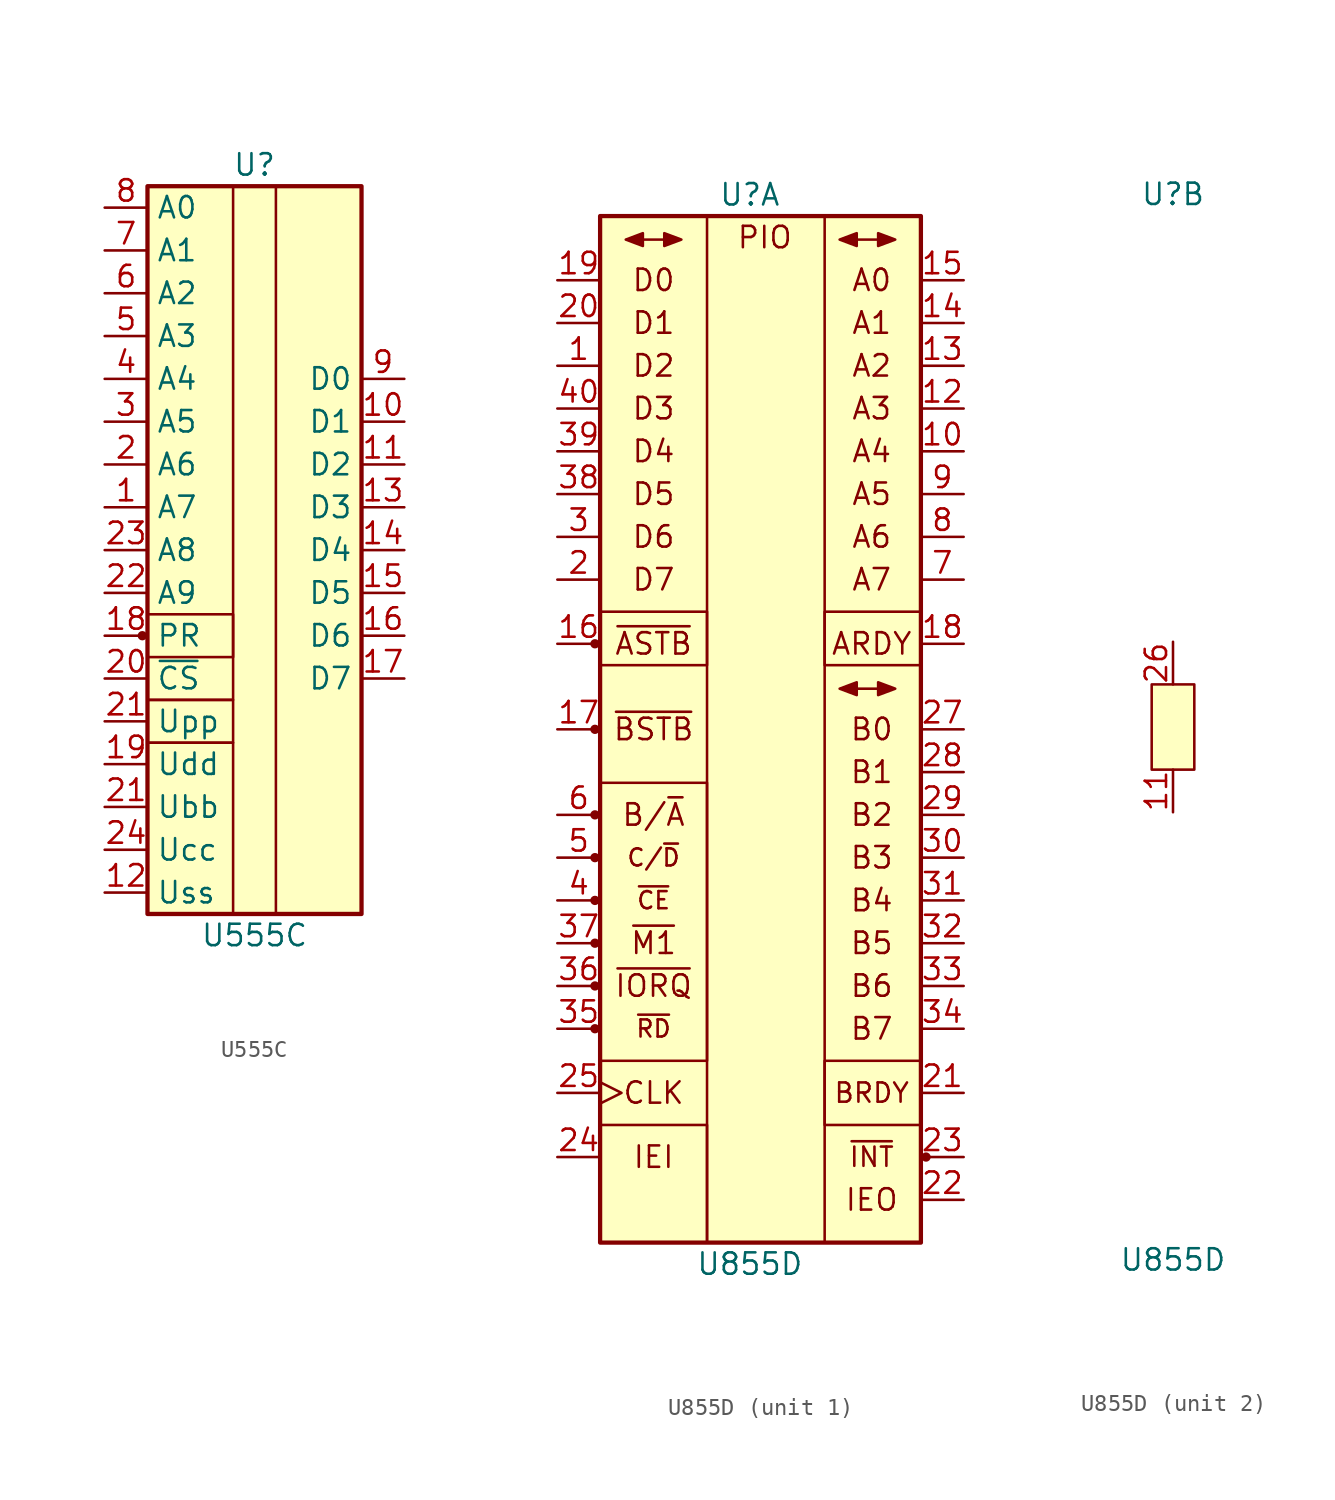
<source format=kicad_sym>
(kicad_symbol_lib
  (version 20211014)
  (generator kicad_symbol_editor)
  (symbol "U555C"
    (property "Reference" "U"
      (at 0 21.59 0)
      (effects (font (size 1.27 1.27))))
    (property "Value" "U555C"
      (at 0 -24.13 0)
      (effects (font (size 1.27 1.27))))
    (symbol "U555C_0_1"
      (rectangle (start -6.35 -10.16) (end -1.27 -12.7) (stroke (width 0) (type default) (color 0 0 0 0)) (fill (type none)))
      (rectangle (start -1.27 -5.08) (end -6.35 -10.16) (stroke (width 0) (type default) (color 0 0 0 0)) (fill (type none))))
    (symbol "U555C_1_1"
      (circle (center -6.655 -6.35) (radius 0.203) (stroke (width 0) (type default) (color 0 0 0 0)) (fill (type outline)))
      (rectangle (start -6.35 -12.7) (end -1.27 -22.86) (stroke (width 0) (type default) (color 0 0 0 0)) (fill (type none)))
      (rectangle (start -6.35 20.32) (end -1.27 -7.62) (stroke (width 0) (type default) (color 0 0 0 0)) (fill (type none)))
      (rectangle (start -6.35 20.32) (end 6.35 -22.86) (stroke (width 0.254) (type default) (color 0 0 0 0)) (fill (type background)))
      (rectangle (start 1.27 20.32) (end 6.35 -22.86) (stroke (width 0) (type default) (color 0 0 0 0)) (fill (type none)))
      (pin input line (at -8.89 1.27 0) (length 2.54) (name "A7" (effects (font (size 1.27 1.27)))) (number "1" (effects (font (size 1.27 1.27)))))
      (pin tri_state line (at 8.89 6.35 180) (length 2.54) (name "D1" (effects (font (size 1.27 1.27)))) (number "10" (effects (font (size 1.27 1.27)))))
      (pin tri_state line (at 8.89 3.81 180) (length 2.54) (name "D2" (effects (font (size 1.27 1.27)))) (number "11" (effects (font (size 1.27 1.27)))))
      (pin power_in line (at -8.89 -21.59 0) (length 2.54) (name "Uss" (effects (font (size 1.27 1.27)))) (number "12" (effects (font (size 1.27 1.27)))))
      (pin tri_state line (at 8.89 1.27 180) (length 2.54) (name "D3" (effects (font (size 1.27 1.27)))) (number "13" (effects (font (size 1.27 1.27)))))
      (pin tri_state line (at 8.89 -1.27 180) (length 2.54) (name "D4" (effects (font (size 1.27 1.27)))) (number "14" (effects (font (size 1.27 1.27)))))
      (pin tri_state line (at 8.89 -3.81 180) (length 2.54) (name "D5" (effects (font (size 1.27 1.27)))) (number "15" (effects (font (size 1.27 1.27)))))
      (pin tri_state line (at 8.89 -6.35 180) (length 2.54) (name "D6" (effects (font (size 1.27 1.27)))) (number "16" (effects (font (size 1.27 1.27)))))
      (pin tri_state line (at 8.89 -8.89 180) (length 2.54) (name "D7" (effects (font (size 1.27 1.27)))) (number "17" (effects (font (size 1.27 1.27)))))
      (pin input line (at -8.89 -6.35 0) (length 2.54) (name "PR" (effects (font (size 1.27 1.27)))) (number "18" (effects (font (size 1.27 1.27)))))
      (pin power_in line (at -8.89 -13.97 0) (length 2.54) (name "Udd" (effects (font (size 1.27 1.27)))) (number "19" (effects (font (size 1.27 1.27)))))
      (pin input line (at -8.89 3.81 0) (length 2.54) (name "A6" (effects (font (size 1.27 1.27)))) (number "2" (effects (font (size 1.27 1.27)))))
      (pin input line (at -8.89 -8.89 0) (length 2.54) (name "~{CS}" (effects (font (size 1.27 1.27)))) (number "20" (effects (font (size 1.27 1.27)))))
      (pin power_in line (at -8.89 -16.51 0) (length 2.54) (name "Ubb" (effects (font (size 1.27 1.27)))) (number "21" (effects (font (size 1.27 1.27)))))
      (pin power_in line (at -8.89 -11.43 0) (length 2.54) (name "Upp" (effects (font (size 1.27 1.27)))) (number "21" (effects (font (size 1.27 1.27)))))
      (pin input line (at -8.89 -3.81 0) (length 2.54) (name "A9" (effects (font (size 1.27 1.27)))) (number "22" (effects (font (size 1.27 1.27)))))
      (pin input line (at -8.89 -1.27 0) (length 2.54) (name "A8" (effects (font (size 1.27 1.27)))) (number "23" (effects (font (size 1.27 1.27)))))
      (pin power_in line (at -8.89 -19.05 0) (length 2.54) (name "Ucc" (effects (font (size 1.27 1.27)))) (number "24" (effects (font (size 1.27 1.27)))))
      (pin input line (at -8.89 6.35 0) (length 2.54) (name "A5" (effects (font (size 1.27 1.27)))) (number "3" (effects (font (size 1.27 1.27)))))
      (pin input line (at -8.89 8.89 0) (length 2.54) (name "A4" (effects (font (size 1.27 1.27)))) (number "4" (effects (font (size 1.27 1.27)))))
      (pin input line (at -8.89 11.43 0) (length 2.54) (name "A3" (effects (font (size 1.27 1.27)))) (number "5" (effects (font (size 1.27 1.27)))))
      (pin input line (at -8.89 13.97 0) (length 2.54) (name "A2" (effects (font (size 1.27 1.27)))) (number "6" (effects (font (size 1.27 1.27)))))
      (pin input line (at -8.89 16.51 0) (length 2.54) (name "A1" (effects (font (size 1.27 1.27)))) (number "7" (effects (font (size 1.27 1.27)))))
      (pin input line (at -8.89 19.05 0) (length 2.54) (name "A0" (effects (font (size 1.27 1.27)))) (number "8" (effects (font (size 1.27 1.27)))))
      (pin tri_state line (at 8.89 8.89 180) (length 2.54) (name "D0" (effects (font (size 1.27 1.27)))) (number "9" (effects (font (size 1.27 1.27)))))))
  (symbol "U855D"
    (pin_names
      (offset 1.016) hide)
    (property "Reference" "U"
      (at 0 31.75 0)
      (effects (font (size 1.27 1.27))))
    (property "Value" "U855D"
      (at 0 -31.75 0)
      (effects (font (size 1.27 1.27))))
    (property "ki_locked" ""
      (at 0 0 0)
      (effects (font (size 1.27 1.27))))
    (symbol "U855D_1_1"
      (circle (center -9.195 -17.78) (radius 0.203) (stroke (width 0) (type default) (color 0 0 0 0)) (fill (type outline)))
      (circle (center -9.195 -15.24) (radius 0.203) (stroke (width 0) (type default) (color 0 0 0 0)) (fill (type outline)))
      (circle (center -9.195 -12.7) (radius 0.203) (stroke (width 0) (type default) (color 0 0 0 0)) (fill (type outline)))
      (circle (center -9.195 -10.16) (radius 0.203) (stroke (width 0) (type default) (color 0 0 0 0)) (fill (type outline)))
      (circle (center -9.195 -7.62) (radius 0.203) (stroke (width 0) (type default) (color 0 0 0 0)) (fill (type outline)))
      (circle (center -9.195 -5.08) (radius 0.203) (stroke (width 0) (type default) (color 0 0 0 0)) (fill (type outline)))
      (circle (center -9.195 0) (radius 0.203) (stroke (width 0) (type default) (color 0 0 0 0)) (fill (type outline)))
      (circle (center -9.195 5.08) (radius 0.203) (stroke (width 0) (type default) (color 0 0 0 0)) (fill (type outline)))
      (rectangle (start -8.89 -23.495) (end -2.54 -30.48) (stroke (width 0) (type default) (color 0 0 0 0)) (fill (type none)))
      (rectangle (start -8.89 -3.175) (end -2.54 -19.685) (stroke (width 0) (type default) (color 0 0 0 0)) (fill (type none)))
      (rectangle (start -8.89 6.985) (end -2.54 3.81) (stroke (width 0) (type default) (color 0 0 0 0)) (fill (type none)))
      (rectangle (start -8.89 30.48) (end 10.16 -30.48) (stroke (width 0.254) (type default) (color 0 0 0 0)) (fill (type background)))
      (polyline (pts (xy -6.35 29.083) (xy -5.08 29.083)) (stroke (width 0) (type default) (color 0 0 0 0)) (fill (type none)))
      (polyline (pts (xy 6.35 2.413) (xy 7.62 2.413)) (stroke (width 0) (type default) (color 0 0 0 0)) (fill (type none)))
      (polyline (pts (xy 6.35 29.083) (xy 7.62 29.083)) (stroke (width 0) (type default) (color 0 0 0 0)) (fill (type none)))
      (polyline (pts (xy -6.35 29.464) (xy -7.366 29.083) (xy -6.35 28.702) (xy -6.35 29.464)) (stroke (width 0) (type default) (color 0 0 0 0)) (fill (type outline)))
      (polyline (pts (xy -5.08 29.464) (xy -4.064 29.083) (xy -5.08 28.702) (xy -5.08 29.464)) (stroke (width 0) (type default) (color 0 0 0 0)) (fill (type outline)))
      (polyline (pts (xy 6.35 2.794) (xy 5.334 2.413) (xy 6.35 2.032) (xy 6.35 2.794)) (stroke (width 0) (type default) (color 0 0 0 0)) (fill (type outline)))
      (polyline (pts (xy 6.35 29.464) (xy 5.334 29.083) (xy 6.35 28.702) (xy 6.35 29.464)) (stroke (width 0) (type default) (color 0 0 0 0)) (fill (type outline)))
      (polyline (pts (xy 7.62 2.794) (xy 8.636 2.413) (xy 7.62 2.032) (xy 7.62 2.794)) (stroke (width 0) (type default) (color 0 0 0 0)) (fill (type outline)))
      (polyline (pts (xy 7.62 29.464) (xy 8.636 29.083) (xy 7.62 28.702) (xy 7.62 29.464)) (stroke (width 0) (type default) (color 0 0 0 0)) (fill (type outline)))
      (rectangle (start 4.445 -19.685) (end 10.16 -23.495) (stroke (width 0) (type default) (color 0 0 0 0)) (fill (type none)))
      (rectangle (start 4.445 6.985) (end 10.16 3.81) (stroke (width 0) (type default) (color 0 0 0 0)) (fill (type none)))
      (rectangle (start 4.445 30.48) (end -2.54 -30.48) (stroke (width 0) (type default) (color 0 0 0 0)) (fill (type none)))
      (circle (center 10.465 -25.4) (radius 0.203) (stroke (width 0) (type default) (color 0 0 0 0)) (fill (type outline)))
      (text "A0" (at 7.239 26.67 0) (effects (font (size 1.27 1.27))))
      (text "A1" (at 7.239 24.13 0) (effects (font (size 1.27 1.27))))
      (text "A2" (at 7.239 21.59 0) (effects (font (size 1.27 1.27))))
      (text "A3" (at 7.239 19.05 0) (effects (font (size 1.27 1.27))))
      (text "A4" (at 7.239 16.51 0) (effects (font (size 1.27 1.27))))
      (text "A5" (at 7.239 13.97 0) (effects (font (size 1.27 1.27))))
      (text "A6" (at 7.239 11.43 0) (effects (font (size 1.27 1.27))))
      (text "A7" (at 7.239 8.89 0) (effects (font (size 1.27 1.27))))
      (text "ARDY" (at 7.239 5.08 0) (effects (font (size 1.27 1.27))))
      (text "B/~{A}" (at -5.715 -5.08 0) (effects (font (size 1.27 1.27))))
      (text "B0" (at 7.239 0 0) (effects (font (size 1.27 1.27))))
      (text "B1" (at 7.239 -2.54 0) (effects (font (size 1.27 1.27))))
      (text "B2" (at 7.239 -5.08 0) (effects (font (size 1.27 1.27))))
      (text "B3" (at 7.239 -7.62 0) (effects (font (size 1.27 1.27))))
      (text "B4" (at 7.239 -10.16 0) (effects (font (size 1.27 1.27))))
      (text "B5" (at 7.239 -12.7 0) (effects (font (size 1.27 1.27))))
      (text "B6" (at 7.239 -15.24 0) (effects (font (size 1.27 1.27))))
      (text "B7" (at 7.239 -17.78 0) (effects (font (size 1.27 1.27))))
      (text "BRDY" (at 7.239 -21.59 0) (effects (font (size 1.143 1.143))))
      (text "C/~{D}" (at -5.715 -7.62 0) (effects (font (size 1.016 1.016))))
      (text "CLK" (at -5.715 -21.59 0) (effects (font (size 1.27 1.27))))
      (text "D0" (at -5.715 26.67 0) (effects (font (size 1.27 1.27))))
      (text "D1" (at -5.715 24.13 0) (effects (font (size 1.27 1.27))))
      (text "D2" (at -5.715 21.59 0) (effects (font (size 1.27 1.27))))
      (text "D3" (at -5.715 19.05 0) (effects (font (size 1.27 1.27))))
      (text "D4" (at -5.715 16.51 0) (effects (font (size 1.27 1.27))))
      (text "D5" (at -5.715 13.97 0) (effects (font (size 1.27 1.27))))
      (text "D6" (at -5.715 11.43 0) (effects (font (size 1.27 1.27))))
      (text "D7" (at -5.715 8.89 0) (effects (font (size 1.27 1.27))))
      (text "IEI" (at -5.715 -25.4 0) (effects (font (size 1.27 1.27))))
      (text "IEO" (at 7.239 -27.94 0) (effects (font (size 1.27 1.27))))
      (text "PIO" (at 0.889 29.21 0) (effects (font (size 1.27 1.27))))
      (text "~{ASTB}" (at -5.715 5.08 0) (effects (font (size 1.27 1.27))))
      (text "~{BSTB}" (at -5.715 0 0) (effects (font (size 1.27 1.27))))
      (text "~{CE}" (at -5.715 -10.16 0) (effects (font (size 1.016 1.016))))
      (text "~{INT}" (at 7.239 -25.4 0) (effects (font (size 1.143 1.143))))
      (text "~{IORQ}" (at -5.715 -15.24 0) (effects (font (size 1.27 1.27))))
      (text "~{M1}" (at -5.715 -12.7 0) (effects (font (size 1.27 1.27))))
      (text "~{RD}" (at -5.715 -17.78 0) (effects (font (size 1.016 1.016))))
      (pin bidirectional line (at -11.43 21.59 0) (length 2.54) (name "D2" (effects (font (size 1.27 1.27)))) (number "1" (effects (font (size 1.27 1.27)))))
      (pin bidirectional line (at 12.7 16.51 180) (length 2.54) (name "A4" (effects (font (size 1.27 1.27)))) (number "10" (effects (font (size 1.27 1.27)))))
      (pin bidirectional line (at 12.7 19.05 180) (length 2.54) (name "A3" (effects (font (size 1.27 1.27)))) (number "12" (effects (font (size 1.27 1.27)))))
      (pin bidirectional line (at 12.7 21.59 180) (length 2.54) (name "A2" (effects (font (size 1.27 1.27)))) (number "13" (effects (font (size 1.27 1.27)))))
      (pin bidirectional line (at 12.7 24.13 180) (length 2.54) (name "A1" (effects (font (size 1.27 1.27)))) (number "14" (effects (font (size 1.27 1.27)))))
      (pin bidirectional line (at 12.7 26.67 180) (length 2.54) (name "A0" (effects (font (size 1.27 1.27)))) (number "15" (effects (font (size 1.27 1.27)))))
      (pin input line (at -11.43 5.08 0) (length 2.54) (name "~{ASTB}" (effects (font (size 1.27 1.27)))) (number "16" (effects (font (size 1.27 1.27)))))
      (pin input line (at -11.43 0 0) (length 2.54) (name "~{BSTB}" (effects (font (size 1.27 1.27)))) (number "17" (effects (font (size 1.27 1.27)))))
      (pin output line (at 12.7 5.08 180) (length 2.54) (name "ARDY" (effects (font (size 1.27 1.27)))) (number "18" (effects (font (size 1.27 1.27)))))
      (pin bidirectional line (at -11.43 26.67 0) (length 2.54) (name "D0" (effects (font (size 1.27 1.27)))) (number "19" (effects (font (size 1.27 1.27)))))
      (pin bidirectional line (at -11.43 8.89 0) (length 2.54) (name "D7" (effects (font (size 1.27 1.27)))) (number "2" (effects (font (size 1.27 1.27)))))
      (pin bidirectional line (at -11.43 24.13 0) (length 2.54) (name "D1" (effects (font (size 1.27 1.27)))) (number "20" (effects (font (size 1.27 1.27)))))
      (pin output line (at 12.7 -21.59 180) (length 2.54) (name "BRDY" (effects (font (size 1.27 1.27)))) (number "21" (effects (font (size 1.27 1.27)))))
      (pin output line (at 12.7 -27.94 180) (length 2.54) (name "IEO" (effects (font (size 1.27 1.27)))) (number "22" (effects (font (size 1.27 1.27)))))
      (pin open_collector line (at 12.7 -25.4 180) (length 2.54) (name "~{INT}" (effects (font (size 1.27 1.27)))) (number "23" (effects (font (size 1.27 1.27)))))
      (pin input line (at -11.43 -25.4 0) (length 2.54) (name "IEI" (effects (font (size 1.27 1.27)))) (number "24" (effects (font (size 1.27 1.27)))))
      (pin input clock (at -11.43 -21.59 0) (length 2.54) (name "CLK" (effects (font (size 1.27 1.27)))) (number "25" (effects (font (size 1.27 1.27)))))
      (pin bidirectional line (at 12.7 0 180) (length 2.54) (name "B0" (effects (font (size 1.27 1.27)))) (number "27" (effects (font (size 1.27 1.27)))))
      (pin bidirectional line (at 12.7 -2.54 180) (length 2.54) (name "B1" (effects (font (size 1.27 1.27)))) (number "28" (effects (font (size 1.27 1.27)))))
      (pin bidirectional line (at 12.7 -5.08 180) (length 2.54) (name "B2" (effects (font (size 1.27 1.27)))) (number "29" (effects (font (size 1.27 1.27)))))
      (pin bidirectional line (at -11.43 11.43 0) (length 2.54) (name "D6" (effects (font (size 1.27 1.27)))) (number "3" (effects (font (size 1.27 1.27)))))
      (pin bidirectional line (at 12.7 -7.62 180) (length 2.54) (name "B3" (effects (font (size 1.27 1.27)))) (number "30" (effects (font (size 1.27 1.27)))))
      (pin bidirectional line (at 12.7 -10.16 180) (length 2.54) (name "B4" (effects (font (size 1.27 1.27)))) (number "31" (effects (font (size 1.27 1.27)))))
      (pin bidirectional line (at 12.7 -12.7 180) (length 2.54) (name "B5" (effects (font (size 1.27 1.27)))) (number "32" (effects (font (size 1.27 1.27)))))
      (pin bidirectional line (at 12.7 -15.24 180) (length 2.54) (name "B6" (effects (font (size 1.27 1.27)))) (number "33" (effects (font (size 1.27 1.27)))))
      (pin bidirectional line (at 12.7 -17.78 180) (length 2.54) (name "B7" (effects (font (size 1.27 1.27)))) (number "34" (effects (font (size 1.27 1.27)))))
      (pin input line (at -11.43 -17.78 0) (length 2.54) (name "~{RD}" (effects (font (size 1.27 1.27)))) (number "35" (effects (font (size 1.27 1.27)))))
      (pin input line (at -11.43 -15.24 0) (length 2.54) (name "~{IORQ}" (effects (font (size 1.27 1.27)))) (number "36" (effects (font (size 1.27 1.27)))))
      (pin input line (at -11.43 -12.7 0) (length 2.54) (name "~{M1}" (effects (font (size 1.27 1.27)))) (number "37" (effects (font (size 1.27 1.27)))))
      (pin bidirectional line (at -11.43 13.97 0) (length 2.54) (name "D5" (effects (font (size 1.27 1.27)))) (number "38" (effects (font (size 1.27 1.27)))))
      (pin bidirectional line (at -11.43 16.51 0) (length 2.54) (name "D4" (effects (font (size 1.27 1.27)))) (number "39" (effects (font (size 1.27 1.27)))))
      (pin input line (at -11.43 -10.16 0) (length 2.54) (name "~{CE}" (effects (font (size 1.27 1.27)))) (number "4" (effects (font (size 1.27 1.27)))))
      (pin bidirectional line (at -11.43 19.05 0) (length 2.54) (name "D3" (effects (font (size 1.27 1.27)))) (number "40" (effects (font (size 1.27 1.27)))))
      (pin input line (at -11.43 -7.62 0) (length 2.54) (name "C/~{D}" (effects (font (size 1.27 1.27)))) (number "5" (effects (font (size 1.27 1.27)))))
      (pin input line (at -11.43 -5.08 0) (length 2.54) (name "B/~{A}" (effects (font (size 1.27 1.27)))) (number "6" (effects (font (size 1.27 1.27)))))
      (pin bidirectional line (at 12.7 8.89 180) (length 2.54) (name "A7" (effects (font (size 1.27 1.27)))) (number "7" (effects (font (size 1.27 1.27)))))
      (pin bidirectional line (at 12.7 11.43 180) (length 2.54) (name "A6" (effects (font (size 1.27 1.27)))) (number "8" (effects (font (size 1.27 1.27)))))
      (pin bidirectional line (at 12.7 13.97 180) (length 2.54) (name "A5" (effects (font (size 1.27 1.27)))) (number "9" (effects (font (size 1.27 1.27))))))
    (symbol "U855D_2_1"
      (rectangle (start -1.27 2.54) (end 1.27 -2.54) (stroke (width 0) (type default) (color 0 0 0 0)) (fill (type background)))
      (pin power_in line (at 0 -5.08 90) (length 2.54) (name "GND" (effects (font (size 1.27 1.27)))) (number "11" (effects (font (size 1.27 1.27)))))
      (pin power_in line (at 0 5.08 270) (length 2.54) (name "Vcc" (effects (font (size 1.27 1.27)))) (number "26" (effects (font (size 1.27 1.27))))))))
</source>
